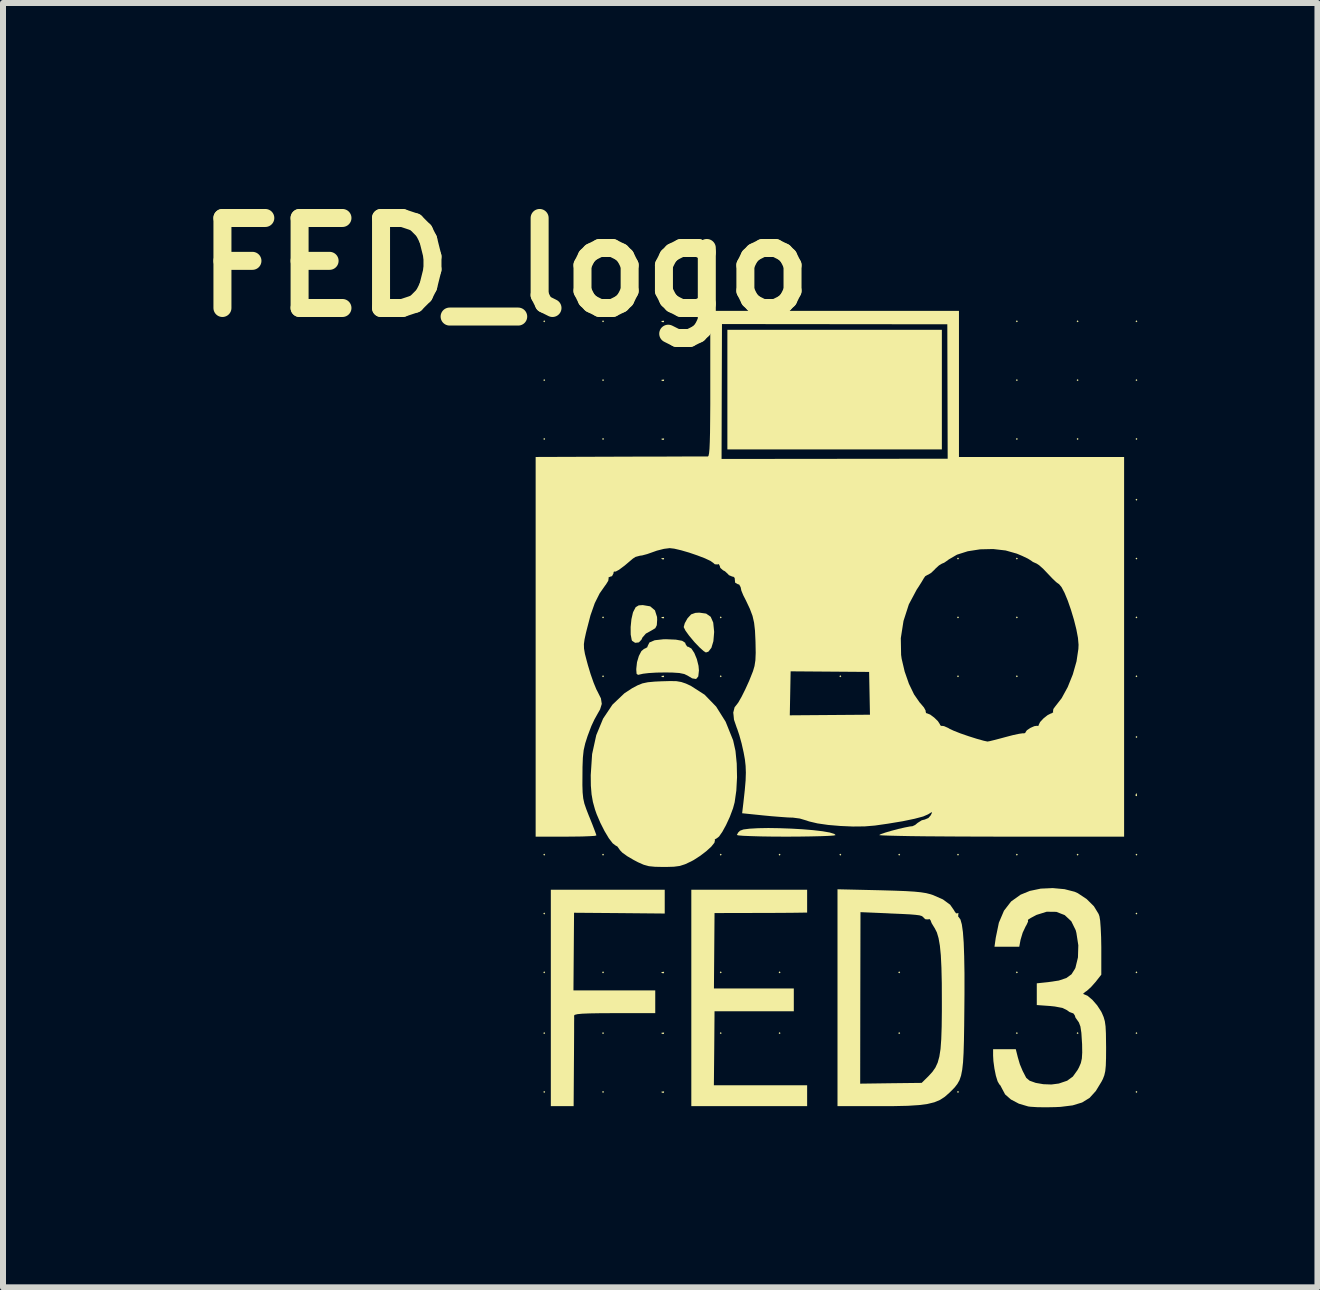
<source format=kicad_pcb>
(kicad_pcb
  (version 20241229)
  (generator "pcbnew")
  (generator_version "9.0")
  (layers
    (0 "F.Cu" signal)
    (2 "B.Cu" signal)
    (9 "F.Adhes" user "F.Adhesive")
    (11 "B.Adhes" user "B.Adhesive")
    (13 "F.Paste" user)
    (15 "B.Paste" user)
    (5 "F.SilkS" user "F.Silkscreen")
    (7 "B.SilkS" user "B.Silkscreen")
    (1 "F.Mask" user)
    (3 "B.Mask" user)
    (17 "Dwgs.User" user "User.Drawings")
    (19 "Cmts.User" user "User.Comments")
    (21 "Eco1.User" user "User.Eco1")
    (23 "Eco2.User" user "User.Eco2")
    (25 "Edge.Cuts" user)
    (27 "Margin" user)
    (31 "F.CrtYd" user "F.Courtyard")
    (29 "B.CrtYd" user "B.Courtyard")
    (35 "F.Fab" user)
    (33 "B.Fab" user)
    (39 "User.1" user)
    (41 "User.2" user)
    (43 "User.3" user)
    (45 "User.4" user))
  (footprint "FED_logo"
    (layer "F.Cu")
    (at 10.621 8.804)
    (property "Reference" "FED_logo" (at -5.25 -7.4 0) (layer "F.SilkS") (effects (font (size 1.5 1.5) (thickness 0.3))))
    (attr board_only exclude_from_pos_files exclude_from_bom)
    (fp_poly (pts (xy -4.587 -6.5) (xy -4.602 -6.484) (xy -4.618 -6.5) (xy -4.602 -6.516)) (stroke (width 0) (type solid)) (fill yes) (layer "F.SilkS"))
    (fp_poly (pts (xy -4.587 -5.52) (xy -4.602 -5.504) (xy -4.618 -5.52) (xy -4.602 -5.535)) (stroke (width 0) (type solid)) (fill yes) (layer "F.SilkS"))
    (fp_poly (pts (xy -4.587 -4.539) (xy -4.602 -4.523) (xy -4.618 -4.539) (xy -4.602 -4.555)) (stroke (width 0) (type solid)) (fill yes) (layer "F.SilkS"))
    (fp_poly (pts (xy -4.587 2.388) (xy -4.602 2.404) (xy -4.618 2.388) (xy -4.602 2.372)) (stroke (width 0) (type solid)) (fill yes) (layer "F.SilkS"))
    (fp_poly (pts (xy -4.587 3.369) (xy -4.602 3.385) (xy -4.618 3.369) (xy -4.602 3.353)) (stroke (width 0) (type solid)) (fill yes) (layer "F.SilkS"))
    (fp_poly (pts (xy -4.587 4.349) (xy -4.602 4.365) (xy -4.618 4.349) (xy -4.602 4.333)) (stroke (width 0) (type solid)) (fill yes) (layer "F.SilkS"))
    (fp_poly (pts (xy -4.587 5.362) (xy -4.602 5.377) (xy -4.618 5.362) (xy -4.602 5.346)) (stroke (width 0) (type solid)) (fill yes) (layer "F.SilkS"))
    (fp_poly (pts (xy -4.587 6.342) (xy -4.602 6.358) (xy -4.618 6.342) (xy -4.602 6.326)) (stroke (width 0) (type solid)) (fill yes) (layer "F.SilkS"))
    (fp_poly (pts (xy -3.606 -6.5) (xy -3.622 -6.484) (xy -3.638 -6.5) (xy -3.622 -6.516)) (stroke (width 0) (type solid)) (fill yes) (layer "F.SilkS"))
    (fp_poly (pts (xy -3.606 -5.52) (xy -3.622 -5.504) (xy -3.638 -5.52) (xy -3.622 -5.535)) (stroke (width 0) (type solid)) (fill yes) (layer "F.SilkS"))
    (fp_poly (pts (xy -3.606 -4.539) (xy -3.622 -4.523) (xy -3.638 -4.539) (xy -3.622 -4.555)) (stroke (width 0) (type solid)) (fill yes) (layer "F.SilkS"))
    (fp_poly (pts (xy -3.606 -1.566) (xy -3.622 -1.55) (xy -3.638 -1.566) (xy -3.622 -1.582)) (stroke (width 0) (type solid)) (fill yes) (layer "F.SilkS"))
    (fp_poly (pts (xy -3.606 -0.585) (xy -3.622 -0.569) (xy -3.638 -0.585) (xy -3.622 -0.601)) (stroke (width 0) (type solid)) (fill yes) (layer "F.SilkS"))
    (fp_poly (pts (xy -3.606 2.388) (xy -3.622 2.404) (xy -3.638 2.388) (xy -3.622 2.372)) (stroke (width 0) (type solid)) (fill yes) (layer "F.SilkS"))
    (fp_poly (pts (xy -3.606 4.349) (xy -3.622 4.365) (xy -3.638 4.349) (xy -3.622 4.333)) (stroke (width 0) (type solid)) (fill yes) (layer "F.SilkS"))
    (fp_poly (pts (xy -3.606 5.362) (xy -3.622 5.377) (xy -3.638 5.362) (xy -3.622 5.346)) (stroke (width 0) (type solid)) (fill yes) (layer "F.SilkS"))
    (fp_poly (pts (xy -3.606 6.342) (xy -3.622 6.358) (xy -3.638 6.342) (xy -3.622 6.326)) (stroke (width 0) (type solid)) (fill yes) (layer "F.SilkS"))
    (fp_poly (pts (xy -1.645 -1.566) (xy -1.661 -1.55) (xy -1.676 -1.566) (xy -1.661 -1.582)) (stroke (width 0) (type solid)) (fill yes) (layer "F.SilkS"))
    (fp_poly (pts (xy -1.645 -0.585) (xy -1.661 -0.569) (xy -1.676 -0.585) (xy -1.661 -0.601)) (stroke (width 0) (type solid)) (fill yes) (layer "F.SilkS"))
    (fp_poly (pts (xy -1.645 2.388) (xy -1.661 2.404) (xy -1.676 2.388) (xy -1.661 2.372)) (stroke (width 0) (type solid)) (fill yes) (layer "F.SilkS"))
    (fp_poly (pts (xy -1.645 4.349) (xy -1.661 4.365) (xy -1.676 4.349) (xy -1.661 4.333)) (stroke (width 0) (type solid)) (fill yes) (layer "F.SilkS"))
    (fp_poly (pts (xy -1.645 5.362) (xy -1.661 5.377) (xy -1.676 5.362) (xy -1.661 5.346)) (stroke (width 0) (type solid)) (fill yes) (layer "F.SilkS"))
    (fp_poly (pts (xy -0.664 2.388) (xy -0.68 2.404) (xy -0.696 2.388) (xy -0.68 2.372)) (stroke (width 0) (type solid)) (fill yes) (layer "F.SilkS"))
    (fp_poly (pts (xy -0.664 4.349) (xy -0.68 4.365) (xy -0.696 4.349) (xy -0.68 4.333)) (stroke (width 0) (type solid)) (fill yes) (layer "F.SilkS"))
    (fp_poly (pts (xy -0.664 5.362) (xy -0.68 5.377) (xy -0.696 5.362) (xy -0.68 5.346)) (stroke (width 0) (type solid)) (fill yes) (layer "F.SilkS"))
    (fp_poly (pts (xy 0.348 -0.585) (xy 0.332 -0.569) (xy 0.316 -0.585) (xy 0.332 -0.601)) (stroke (width 0) (type solid)) (fill yes) (layer "F.SilkS"))
    (fp_poly (pts (xy 0.348 2.388) (xy 0.332 2.404) (xy 0.316 2.388) (xy 0.332 2.372)) (stroke (width 0) (type solid)) (fill yes) (layer "F.SilkS"))
    (fp_poly (pts (xy 1.329 2.388) (xy 1.313 2.404) (xy 1.297 2.388) (xy 1.313 2.372)) (stroke (width 0) (type solid)) (fill yes) (layer "F.SilkS"))
    (fp_poly (pts (xy 1.329 4.349) (xy 1.313 4.365) (xy 1.297 4.349) (xy 1.313 4.333)) (stroke (width 0) (type solid)) (fill yes) (layer "F.SilkS"))
    (fp_poly (pts (xy 1.329 5.362) (xy 1.313 5.377) (xy 1.297 5.362) (xy 1.313 5.346)) (stroke (width 0) (type solid)) (fill yes) (layer "F.SilkS"))
    (fp_poly (pts (xy 2.309 -2.546) (xy 2.293 -2.531) (xy 2.277 -2.546) (xy 2.293 -2.562)) (stroke (width 0) (type solid)) (fill yes) (layer "F.SilkS"))
    (fp_poly (pts (xy 2.309 -1.566) (xy 2.293 -1.55) (xy 2.277 -1.566) (xy 2.293 -1.582)) (stroke (width 0) (type solid)) (fill yes) (layer "F.SilkS"))
    (fp_poly (pts (xy 2.309 -0.585) (xy 2.293 -0.569) (xy 2.277 -0.585) (xy 2.293 -0.601)) (stroke (width 0) (type solid)) (fill yes) (layer "F.SilkS"))
    (fp_poly (pts (xy 2.309 2.388) (xy 2.293 2.404) (xy 2.277 2.388) (xy 2.293 2.372)) (stroke (width 0) (type solid)) (fill yes) (layer "F.SilkS"))
    (fp_poly (pts (xy 2.309 6.342) (xy 2.293 6.358) (xy 2.277 6.342) (xy 2.293 6.326)) (stroke (width 0) (type solid)) (fill yes) (layer "F.SilkS"))
    (fp_poly (pts (xy 3.29 -6.5) (xy 3.274 -6.484) (xy 3.258 -6.5) (xy 3.274 -6.516)) (stroke (width 0) (type solid)) (fill yes) (layer "F.SilkS"))
    (fp_poly (pts (xy 3.29 -5.52) (xy 3.274 -5.504) (xy 3.258 -5.52) (xy 3.274 -5.535)) (stroke (width 0) (type solid)) (fill yes) (layer "F.SilkS"))
    (fp_poly (pts (xy 3.29 -4.539) (xy 3.274 -4.523) (xy 3.258 -4.539) (xy 3.274 -4.555)) (stroke (width 0) (type solid)) (fill yes) (layer "F.SilkS"))
    (fp_poly (pts (xy 3.29 -2.546) (xy 3.274 -2.531) (xy 3.258 -2.546) (xy 3.274 -2.562)) (stroke (width 0) (type solid)) (fill yes) (layer "F.SilkS"))
    (fp_poly (pts (xy 3.29 -1.566) (xy 3.274 -1.55) (xy 3.258 -1.566) (xy 3.274 -1.582)) (stroke (width 0) (type solid)) (fill yes) (layer "F.SilkS"))
    (fp_poly (pts (xy 3.29 -0.585) (xy 3.274 -0.569) (xy 3.258 -0.585) (xy 3.274 -0.601)) (stroke (width 0) (type solid)) (fill yes) (layer "F.SilkS"))
    (fp_poly (pts (xy 3.29 2.388) (xy 3.274 2.404) (xy 3.258 2.388) (xy 3.274 2.372)) (stroke (width 0) (type solid)) (fill yes) (layer "F.SilkS"))
    (fp_poly (pts (xy 3.29 4.349) (xy 3.274 4.365) (xy 3.258 4.349) (xy 3.274 4.333)) (stroke (width 0) (type solid)) (fill yes) (layer "F.SilkS"))
    (fp_poly (pts (xy 3.29 5.362) (xy 3.274 5.377) (xy 3.258 5.362) (xy 3.274 5.346)) (stroke (width 0) (type solid)) (fill yes) (layer "F.SilkS"))
    (fp_poly (pts (xy 4.302 -6.5) (xy 4.286 -6.484) (xy 4.27 -6.5) (xy 4.286 -6.516)) (stroke (width 0) (type solid)) (fill yes) (layer "F.SilkS"))
    (fp_poly (pts (xy 4.302 -5.52) (xy 4.286 -5.504) (xy 4.27 -5.52) (xy 4.286 -5.535)) (stroke (width 0) (type solid)) (fill yes) (layer "F.SilkS"))
    (fp_poly (pts (xy 4.302 -4.539) (xy 4.286 -4.523) (xy 4.27 -4.539) (xy 4.286 -4.555)) (stroke (width 0) (type solid)) (fill yes) (layer "F.SilkS"))
    (fp_poly (pts (xy 4.302 2.388) (xy 4.286 2.404) (xy 4.27 2.388) (xy 4.286 2.372)) (stroke (width 0) (type solid)) (fill yes) (layer "F.SilkS"))
    (fp_poly (pts (xy 4.302 5.362) (xy 4.286 5.377) (xy 4.27 5.362) (xy 4.286 5.346)) (stroke (width 0) (type solid)) (fill yes) (layer "F.SilkS"))
    (fp_poly (pts (xy 5.282 -6.5) (xy 5.267 -6.484) (xy 5.251 -6.5) (xy 5.267 -6.516)) (stroke (width 0) (type solid)) (fill yes) (layer "F.SilkS"))
    (fp_poly (pts (xy 5.282 -5.52) (xy 5.267 -5.504) (xy 5.251 -5.52) (xy 5.267 -5.535)) (stroke (width 0) (type solid)) (fill yes) (layer "F.SilkS"))
    (fp_poly (pts (xy 5.282 -4.539) (xy 5.267 -4.523) (xy 5.251 -4.539) (xy 5.267 -4.555)) (stroke (width 0) (type solid)) (fill yes) (layer "F.SilkS"))
    (fp_poly (pts (xy 5.282 -3.527) (xy 5.267 -3.511) (xy 5.251 -3.527) (xy 5.267 -3.543)) (stroke (width 0) (type solid)) (fill yes) (layer "F.SilkS"))
    (fp_poly (pts (xy 5.282 -2.546) (xy 5.267 -2.531) (xy 5.251 -2.546) (xy 5.267 -2.562)) (stroke (width 0) (type solid)) (fill yes) (layer "F.SilkS"))
    (fp_poly (pts (xy 5.282 -1.566) (xy 5.267 -1.55) (xy 5.251 -1.566) (xy 5.267 -1.582)) (stroke (width 0) (type solid)) (fill yes) (layer "F.SilkS"))
    (fp_poly (pts (xy 5.282 -0.585) (xy 5.267 -0.569) (xy 5.251 -0.585) (xy 5.267 -0.601)) (stroke (width 0) (type solid)) (fill yes) (layer "F.SilkS"))
    (fp_poly (pts (xy 5.282 0.427) (xy 5.267 0.443) (xy 5.251 0.427) (xy 5.267 0.411)) (stroke (width 0) (type solid)) (fill yes) (layer "F.SilkS"))
    (fp_poly (pts (xy 5.282 2.388) (xy 5.267 2.404) (xy 5.251 2.388) (xy 5.267 2.372)) (stroke (width 0) (type solid)) (fill yes) (layer "F.SilkS"))
    (fp_poly (pts (xy 5.282 3.369) (xy 5.267 3.385) (xy 5.251 3.369) (xy 5.267 3.353)) (stroke (width 0) (type solid)) (fill yes) (layer "F.SilkS"))
    (fp_poly (pts (xy 5.282 4.349) (xy 5.267 4.365) (xy 5.251 4.349) (xy 5.267 4.333)) (stroke (width 0) (type solid)) (fill yes) (layer "F.SilkS"))
    (fp_poly (pts (xy 5.282 5.362) (xy 5.267 5.377) (xy 5.251 5.362) (xy 5.267 5.346)) (stroke (width 0) (type solid)) (fill yes) (layer "F.SilkS"))
    (fp_poly (pts (xy 5.282 6.342) (xy 5.267 6.358) (xy 5.251 6.342) (xy 5.267 6.326)) (stroke (width 0) (type solid)) (fill yes) (layer "F.SilkS"))
    (fp_poly (pts (xy -2.604 -6.506) (xy -2.609 -6.487) (xy -2.625 -6.484) (xy -2.651 -6.496) (xy -2.646 -6.506) (xy -2.609 -6.509)) (stroke (width 0) (type solid)) (fill yes) (layer "F.SilkS"))
    (fp_poly (pts (xy -2.604 -5.525) (xy -2.609 -5.506) (xy -2.625 -5.504) (xy -2.651 -5.515) (xy -2.646 -5.525) (xy -2.609 -5.529)) (stroke (width 0) (type solid)) (fill yes) (layer "F.SilkS"))
    (fp_poly (pts (xy -2.604 -4.544) (xy -2.609 -4.526) (xy -2.625 -4.523) (xy -2.651 -4.535) (xy -2.646 -4.544) (xy -2.609 -4.548)) (stroke (width 0) (type solid)) (fill yes) (layer "F.SilkS"))
    (fp_poly (pts (xy -2.604 -2.552) (xy -2.609 -2.533) (xy -2.625 -2.531) (xy -2.651 -2.542) (xy -2.646 -2.552) (xy -2.609 -2.555)) (stroke (width 0) (type solid)) (fill yes) (layer "F.SilkS"))
    (fp_poly (pts (xy -2.604 -1.571) (xy -2.609 -1.552) (xy -2.625 -1.55) (xy -2.651 -1.562) (xy -2.646 -1.571) (xy -2.609 -1.575)) (stroke (width 0) (type solid)) (fill yes) (layer "F.SilkS"))
    (fp_poly (pts (xy -2.604 -0.59) (xy -2.609 -0.572) (xy -2.625 -0.569) (xy -2.651 -0.581) (xy -2.646 -0.59) (xy -2.609 -0.594)) (stroke (width 0) (type solid)) (fill yes) (layer "F.SilkS"))
    (fp_poly (pts (xy -2.604 4.344) (xy -2.609 4.363) (xy -2.625 4.365) (xy -2.651 4.354) (xy -2.646 4.344) (xy -2.609 4.34)) (stroke (width 0) (type solid)) (fill yes) (layer "F.SilkS"))
    (fp_poly (pts (xy -2.604 5.356) (xy -2.609 5.375) (xy -2.625 5.377) (xy -2.651 5.366) (xy -2.646 5.356) (xy -2.609 5.352)) (stroke (width 0) (type solid)) (fill yes) (layer "F.SilkS"))
    (fp_poly (pts (xy -2.604 6.337) (xy -2.609 6.356) (xy -2.625 6.358) (xy -2.651 6.346) (xy -2.646 6.337) (xy -2.609 6.333)) (stroke (width 0) (type solid)) (fill yes) (layer "F.SilkS"))
    (fp_poly (pts (xy 5.272 1.371) (xy 5.276 1.408) (xy 5.272 1.413) (xy 5.253 1.409) (xy 5.251 1.392) (xy 5.262 1.366)) (stroke (width 0) (type solid)) (fill yes) (layer "F.SilkS"))
    (fp_poly (pts (xy 2.024 -5.362) (xy 2.024 -4.365) (xy 0.237 -4.365) (xy -1.55 -4.365) (xy -1.55 -5.362) (xy -1.55 -6.358) (xy 0.237 -6.358) (xy 2.024 -6.358)) (stroke (width 0) (type solid)) (fill yes) (layer "F.SilkS"))
    (fp_poly (pts (xy -2.836 -1.75) (xy -2.757 -1.683) (xy -2.722 -1.572) (xy -2.72 -1.526) (xy -2.726 -1.436) (xy -2.751 -1.386) (xy -2.807 -1.352) (xy -2.807 -1.352) (xy -2.908 -1.296) (xy -2.965 -1.231) (xy -2.982 -1.194) (xy -3.025 -1.149) (xy -3.087 -1.142) (xy -3.137 -1.175) (xy -3.144 -1.189) (xy -3.161 -1.28) (xy -3.162 -1.405) (xy -3.149 -1.535) (xy -3.124 -1.645) (xy -3.117 -1.662) (xy -3.078 -1.736) (xy -3.028 -1.766) (xy -2.96 -1.771)) (stroke (width 0) (type solid)) (fill yes) (layer "F.SilkS"))
    (fp_poly (pts (xy -1.904 -1.629) (xy -1.828 -1.576) (xy -1.786 -1.48) (xy -1.771 -1.332) (xy -1.771 -1.315) (xy -1.783 -1.17) (xy -1.816 -1.06) (xy -1.866 -0.995) (xy -1.908 -0.981) (xy -1.945 -1.004) (xy -2.011 -1.063) (xy -2.092 -1.147) (xy -2.111 -1.169) (xy -2.19 -1.264) (xy -2.249 -1.346) (xy -2.277 -1.402) (xy -2.277 -1.408) (xy -2.26 -1.469) (xy -2.217 -1.546) (xy -2.212 -1.553) (xy -2.154 -1.616) (xy -2.083 -1.641) (xy -2.018 -1.645)) (stroke (width 0) (type solid)) (fill yes) (layer "F.SilkS"))
    (fp_poly (pts (xy -0.68 1.947) (xy -0.486 1.954) (xy -0.295 1.965) (xy -0.117 1.98) (xy 0.036 1.998) (xy 0.156 2.019) (xy 0.231 2.042) (xy 0.253 2.062) (xy 0.223 2.069) (xy 0.138 2.075) (xy 0.006 2.08) (xy -0.164 2.084) (xy -0.365 2.087) (xy -0.569 2.088) (xy -0.79 2.087) (xy -0.988 2.084) (xy -1.156 2.079) (xy -1.284 2.074) (xy -1.366 2.067) (xy -1.392 2.06) (xy -1.37 2.019) (xy -1.339 1.989) (xy -1.283 1.968) (xy -1.179 1.955) (xy -1.037 1.947) (xy -0.867 1.944)) (stroke (width 0) (type solid)) (fill yes) (layer "F.SilkS"))
    (fp_poly (pts (xy -0.221 3.163) (xy -0.221 3.353) (xy -0.419 3.356) (xy -0.517 3.357) (xy -0.663 3.358) (xy -0.842 3.359) (xy -1.039 3.359) (xy -1.191 3.36) (xy -1.764 3.361) (xy -1.769 3.989) (xy -1.774 4.618) (xy -1.109 4.618) (xy -0.443 4.618) (xy -0.443 4.808) (xy -0.443 4.998) (xy -1.103 4.998) (xy -1.764 4.998) (xy -1.769 5.615) (xy -1.775 6.231) (xy -0.998 6.231) (xy -0.221 6.231) (xy -0.221 6.405) (xy -0.221 6.579) (xy -1.186 6.579) (xy -2.151 6.579) (xy -2.151 4.776) (xy -2.151 2.973) (xy -1.186 2.973) (xy -0.221 2.973)) (stroke (width 0) (type solid)) (fill yes) (layer "F.SilkS"))
    (fp_poly (pts (xy -2.594 3.171) (xy -2.594 3.369) (xy -3.349 3.362) (xy -4.105 3.356) (xy -4.11 4.003) (xy -4.115 4.65) (xy -3.434 4.65) (xy -2.752 4.65) (xy -2.752 4.84) (xy -2.752 5.029) (xy -3.428 5.029) (xy -3.663 5.03) (xy -3.841 5.033) (xy -3.968 5.038) (xy -4.049 5.046) (xy -4.093 5.057) (xy -4.104 5.069) (xy -4.103 5.111) (xy -4.104 5.206) (xy -4.104 5.346) (xy -4.105 5.521) (xy -4.106 5.722) (xy -4.107 5.844) (xy -4.112 6.579) (xy -4.302 6.579) (xy -4.492 6.579) (xy -4.492 4.776) (xy -4.492 2.973) (xy -3.543 2.973) (xy -2.594 2.973)) (stroke (width 0) (type solid)) (fill yes) (layer "F.SilkS"))
    (fp_poly (pts (xy -2.409 -1.195) (xy -2.304 -1.176) (xy -2.253 -1.143) (xy -2.246 -1.119) (xy -2.22 -1.08) (xy -2.199 -1.075) (xy -2.15 -1.047) (xy -2.101 -0.973) (xy -2.059 -0.871) (xy -2.031 -0.759) (xy -2.024 -0.681) (xy -2.035 -0.582) (xy -2.071 -0.539) (xy -2.137 -0.55) (xy -2.212 -0.595) (xy -2.268 -0.622) (xy -2.35 -0.639) (xy -2.471 -0.647) (xy -2.592 -0.648) (xy -2.734 -0.646) (xy -2.862 -0.638) (xy -2.955 -0.627) (xy -2.981 -0.621) (xy -3.039 -0.608) (xy -3.063 -0.626) (xy -3.068 -0.69) (xy -3.068 -0.709) (xy -3.056 -0.819) (xy -3.025 -0.923) (xy -2.983 -1.004) (xy -2.937 -1.043) (xy -2.928 -1.044) (xy -2.885 -1.068) (xy -2.878 -1.09) (xy -2.849 -1.148) (xy -2.761 -1.185) (xy -2.618 -1.201) (xy -2.572 -1.202)) (stroke (width 0) (type solid)) (fill yes) (layer "F.SilkS"))
    (fp_poly (pts (xy -2.398 -0.503) (xy -2.318 -0.489) (xy -2.241 -0.463) (xy -2.159 -0.425) (xy -1.93 -0.278) (xy -1.737 -0.079) (xy -1.579 0.173) (xy -1.457 0.476) (xy -1.454 0.484) (xy -1.415 0.659) (xy -1.394 0.871) (xy -1.389 1.099) (xy -1.401 1.321) (xy -1.429 1.516) (xy -1.456 1.616) (xy -1.51 1.76) (xy -1.572 1.894) (xy -1.634 2.007) (xy -1.689 2.086) (xy -1.731 2.119) (xy -1.734 2.119) (xy -1.761 2.135) (xy -1.757 2.148) (xy -1.766 2.189) (xy -1.817 2.253) (xy -1.9 2.329) (xy -2.002 2.407) (xy -2.112 2.478) (xy -2.155 2.501) (xy -2.256 2.548) (xy -2.343 2.576) (xy -2.441 2.589) (xy -2.574 2.593) (xy -2.617 2.593) (xy -2.757 2.59) (xy -2.858 2.58) (xy -2.945 2.556) (xy -3.04 2.514) (xy -3.112 2.476) (xy -3.218 2.414) (xy -3.3 2.355) (xy -3.342 2.311) (xy -3.345 2.305) (xy -3.384 2.251) (xy -3.411 2.237) (xy -3.461 2.199) (xy -3.526 2.114) (xy -3.597 1.995) (xy -3.667 1.857) (xy -3.729 1.712) (xy -3.756 1.635) (xy -3.791 1.509) (xy -3.813 1.384) (xy -3.825 1.238) (xy -3.827 1.063) (xy -3.804 0.712) (xy -3.735 0.397) (xy -3.621 0.121) (xy -3.465 -0.112) (xy -3.266 -0.301) (xy -3.138 -0.385) (xy -3.046 -0.434) (xy -2.966 -0.466) (xy -2.876 -0.485) (xy -2.758 -0.496) (xy -2.649 -0.501) (xy -2.502 -0.505)) (stroke (width 0) (type solid)) (fill yes) (layer "F.SilkS"))
    (fp_poly (pts (xy 0.988 2.981) (xy 1.23 2.988) (xy 1.418 2.995) (xy 1.563 3.004) (xy 1.674 3.015) (xy 1.762 3.029) (xy 1.837 3.048) (xy 1.876 3.061) (xy 2.042 3.134) (xy 2.162 3.222) (xy 2.229 3.318) (xy 2.232 3.327) (xy 2.261 3.366) (xy 2.285 3.364) (xy 2.304 3.363) (xy 2.298 3.377) (xy 2.296 3.42) (xy 2.306 3.43) (xy 2.334 3.469) (xy 2.357 3.551) (xy 2.375 3.678) (xy 2.388 3.854) (xy 2.396 4.081) (xy 2.401 4.364) (xy 2.401 4.705) (xy 2.399 4.934) (xy 2.396 5.24) (xy 2.392 5.49) (xy 2.386 5.691) (xy 2.377 5.849) (xy 2.363 5.973) (xy 2.344 6.07) (xy 2.318 6.146) (xy 2.283 6.208) (xy 2.24 6.264) (xy 2.185 6.321) (xy 2.147 6.358) (xy 2.073 6.423) (xy 1.993 6.475) (xy 1.9 6.514) (xy 1.786 6.542) (xy 1.642 6.561) (xy 1.458 6.573) (xy 1.228 6.578) (xy 0.986 6.579) (xy 0.285 6.579) (xy 0.285 6.204) (xy 0.663 6.204) (xy 1.175 6.197) (xy 1.688 6.191) (xy 1.806 6.074) (xy 1.867 6.007) (xy 1.916 5.937) (xy 1.954 5.855) (xy 1.982 5.754) (xy 2.002 5.626) (xy 2.014 5.462) (xy 2.021 5.256) (xy 2.024 4.998) (xy 2.024 4.84) (xy 2.023 4.527) (xy 2.017 4.272) (xy 2.007 4.066) (xy 1.991 3.904) (xy 1.969 3.779) (xy 1.941 3.684) (xy 1.905 3.613) (xy 1.896 3.599) (xy 1.854 3.53) (xy 1.835 3.481) (xy 1.835 3.479) (xy 1.815 3.46) (xy 1.798 3.467) (xy 1.751 3.465) (xy 1.727 3.445) (xy 1.71 3.425) (xy 1.687 3.41) (xy 1.65 3.399) (xy 1.588 3.391) (xy 1.494 3.383) (xy 1.357 3.376) (xy 1.167 3.368) (xy 1.117 3.365) (xy 0.668 3.346) (xy 0.665 4.775) (xy 0.663 6.204) (xy 0.285 6.204) (xy 0.285 4.772) (xy 0.285 2.965)) (stroke (width 0) (type solid)) (fill yes) (layer "F.SilkS"))
    (fp_poly (pts (xy 4.068 2.963) (xy 4.236 3.006) (xy 4.288 3.029) (xy 4.436 3.127) (xy 4.558 3.248) (xy 4.636 3.376) (xy 4.65 3.415) (xy 4.662 3.488) (xy 4.671 3.609) (xy 4.678 3.762) (xy 4.681 3.93) (xy 4.681 3.957) (xy 4.681 4.388) (xy 4.584 4.511) (xy 4.512 4.592) (xy 4.442 4.656) (xy 4.418 4.672) (xy 4.38 4.701) (xy 4.386 4.712) (xy 4.451 4.739) (xy 4.531 4.806) (xy 4.612 4.899) (xy 4.679 5.002) (xy 4.691 5.026) (xy 4.72 5.094) (xy 4.74 5.164) (xy 4.752 5.25) (xy 4.758 5.367) (xy 4.76 5.528) (xy 4.761 5.599) (xy 4.76 5.776) (xy 4.756 5.903) (xy 4.747 5.995) (xy 4.731 6.065) (xy 4.707 6.127) (xy 4.686 6.168) (xy 4.59 6.326) (xy 4.486 6.441) (xy 4.361 6.518) (xy 4.203 6.566) (xy 4.001 6.591) (xy 3.912 6.595) (xy 3.76 6.598) (xy 3.617 6.596) (xy 3.504 6.589) (xy 3.464 6.584) (xy 3.308 6.538) (xy 3.175 6.468) (xy 3.078 6.383) (xy 3.031 6.295) (xy 2.998 6.232) (xy 2.982 6.216) (xy 2.953 6.165) (xy 2.924 6.071) (xy 2.9 5.952) (xy 2.883 5.828) (xy 2.878 5.737) (xy 2.878 5.63) (xy 3.067 5.63) (xy 3.256 5.63) (xy 3.29 5.765) (xy 3.324 5.881) (xy 3.37 5.991) (xy 3.43 6.107) (xy 3.487 6.155) (xy 3.588 6.191) (xy 3.715 6.213) (xy 3.849 6.218) (xy 3.973 6.202) (xy 3.976 6.201) (xy 4.112 6.155) (xy 4.207 6.086) (xy 4.285 5.977) (xy 4.309 5.933) (xy 4.34 5.861) (xy 4.357 5.785) (xy 4.363 5.686) (xy 4.361 5.545) (xy 4.359 5.516) (xy 4.349 5.358) (xy 4.333 5.252) (xy 4.308 5.185) (xy 4.293 5.163) (xy 4.251 5.104) (xy 4.239 5.066) (xy 4.214 5.032) (xy 4.202 5.029) (xy 4.151 5.01) (xy 4.107 4.978) (xy 4.033 4.942) (xy 3.905 4.918) (xy 3.828 4.91) (xy 3.606 4.894) (xy 3.606 4.713) (xy 3.606 4.532) (xy 3.796 4.512) (xy 3.972 4.486) (xy 4.098 4.444) (xy 4.184 4.382) (xy 4.241 4.292) (xy 4.25 4.273) (xy 4.292 4.1) (xy 4.298 3.898) (xy 4.266 3.692) (xy 4.254 3.646) (xy 4.181 3.498) (xy 4.071 3.395) (xy 3.931 3.341) (xy 3.771 3.339) (xy 3.601 3.392) (xy 3.59 3.398) (xy 3.509 3.441) (xy 3.463 3.47) (xy 3.458 3.478) (xy 3.461 3.502) (xy 3.434 3.561) (xy 3.421 3.582) (xy 3.371 3.688) (xy 3.337 3.801) (xy 3.336 3.804) (xy 3.314 3.922) (xy 3.108 3.922) (xy 2.901 3.922) (xy 2.922 3.774) (xy 2.974 3.522) (xy 3.059 3.322) (xy 3.178 3.168) (xy 3.336 3.055) (xy 3.49 2.992) (xy 3.672 2.954) (xy 3.872 2.945)) (stroke (width 0) (type solid)) (fill yes) (layer "F.SilkS"))
    (fp_poly (pts (xy 2.309 -5.456) (xy 2.309 -4.239) (xy 3.685 -4.239) (xy 5.061 -4.239) (xy 5.061 -1.075) (xy 5.061 2.088) (xy 3.021 2.088) (xy 2.668 2.087) (xy 2.334 2.086) (xy 2.026 2.084) (xy 1.746 2.082) (xy 1.503 2.079) (xy 1.299 2.075) (xy 1.141 2.071) (xy 1.035 2.067) (xy 0.984 2.063) (xy 0.981 2.061) (xy 1.009 2.045) (xy 1.082 2.02) (xy 1.184 1.99) (xy 1.297 1.96) (xy 1.406 1.935) (xy 1.493 1.918) (xy 1.534 1.914) (xy 1.579 1.893) (xy 1.621 1.858) (xy 1.689 1.815) (xy 1.739 1.803) (xy 1.8 1.777) (xy 1.838 1.733) (xy 1.861 1.686) (xy 1.85 1.682) (xy 1.795 1.716) (xy 1.712 1.752) (xy 1.569 1.79) (xy 1.372 1.831) (xy 1.124 1.872) (xy 0.908 1.903) (xy 0.739 1.917) (xy 0.541 1.919) (xy 0.333 1.91) (xy 0.131 1.893) (xy -0.049 1.867) (xy -0.189 1.834) (xy -0.232 1.819) (xy -0.343 1.786) (xy -0.457 1.771) (xy -0.464 1.771) (xy -0.543 1.768) (xy -0.667 1.759) (xy -0.817 1.747) (xy -0.943 1.735) (xy -1.304 1.698) (xy -1.283 1.521) (xy -1.26 1.312) (xy -1.246 1.15) (xy -1.242 1.021) (xy -1.246 0.91) (xy -1.258 0.801) (xy -1.28 0.68) (xy -1.281 0.677) (xy -1.313 0.534) (xy -1.351 0.397) (xy -1.386 0.292) (xy -1.394 0.273) (xy -1.44 0.139) (xy -1.447 0.066) (xy -0.51 0.066) (xy 0.158 0.061) (xy 0.826 0.056) (xy 0.819 -0.301) (xy 0.812 -0.657) (xy 0.158 -0.662) (xy -0.496 -0.667) (xy -0.503 -0.3) (xy -0.51 0.066) (xy -1.447 0.066) (xy -1.452 0.02) (xy -1.43 -0.068) (xy -1.409 -0.094) (xy -1.369 -0.146) (xy -1.314 -0.242) (xy -1.251 -0.368) (xy -1.187 -0.509) (xy -1.13 -0.652) (xy -1.123 -0.67) (xy -1.098 -0.755) (xy -1.083 -0.852) (xy -1.078 -0.976) (xy -1.081 -1.144) (xy -1.082 -1.176) (xy -1.084 -1.22) (xy 1.34 -1.22) (xy 1.345 -0.941) (xy 1.354 -0.877) (xy 1.404 -0.664) (xy 1.475 -0.46) (xy 1.561 -0.282) (xy 1.654 -0.148) (xy 1.669 -0.132) (xy 1.726 -0.064) (xy 1.754 -0.012) (xy 1.754 0.003) (xy 1.761 0.029) (xy 1.777 0.033) (xy 1.83 0.054) (xy 1.897 0.104) (xy 1.958 0.163) (xy 1.991 0.214) (xy 1.993 0.222) (xy 2.01 0.244) (xy 2.019 0.241) (xy 2.06 0.246) (xy 2.13 0.277) (xy 2.153 0.291) (xy 2.224 0.324) (xy 2.336 0.368) (xy 2.469 0.414) (xy 2.605 0.457) (xy 2.723 0.49) (xy 2.784 0.503) (xy 2.819 0.497) (xy 2.901 0.477) (xy 3.016 0.447) (xy 3.082 0.429) (xy 3.208 0.396) (xy 3.311 0.374) (xy 3.376 0.365) (xy 3.39 0.367) (xy 3.415 0.36) (xy 3.416 0.351) (xy 3.441 0.315) (xy 3.499 0.276) (xy 3.564 0.247) (xy 3.612 0.24) (xy 3.618 0.244) (xy 3.636 0.239) (xy 3.638 0.225) (xy 3.661 0.178) (xy 3.718 0.117) (xy 3.786 0.063) (xy 3.844 0.034) (xy 3.853 0.033) (xy 3.88 0.015) (xy 3.876 0.003) (xy 3.882 -0.039) (xy 3.911 -0.079) (xy 4.02 -0.219) (xy 4.121 -0.404) (xy 4.206 -0.615) (xy 4.268 -0.833) (xy 4.299 -1.04) (xy 4.302 -1.11) (xy 4.292 -1.225) (xy 4.265 -1.368) (xy 4.225 -1.527) (xy 4.176 -1.69) (xy 4.123 -1.843) (xy 4.069 -1.974) (xy 4.018 -2.071) (xy 3.975 -2.122) (xy 3.967 -2.126) (xy 3.93 -2.153) (xy 3.866 -2.214) (xy 3.791 -2.293) (xy 3.712 -2.376) (xy 3.644 -2.436) (xy 3.604 -2.462) (xy 3.541 -2.49) (xy 3.511 -2.512) (xy 3.458 -2.545) (xy 3.366 -2.589) (xy 3.274 -2.628) (xy 3.087 -2.681) (xy 2.878 -2.705) (xy 2.662 -2.7) (xy 2.456 -2.668) (xy 2.276 -2.611) (xy 2.137 -2.53) (xy 2.123 -2.518) (xy 2.061 -2.476) (xy 2.026 -2.462) (xy 1.976 -2.432) (xy 1.913 -2.374) (xy 1.905 -2.364) (xy 1.845 -2.307) (xy 1.797 -2.278) (xy 1.792 -2.277) (xy 1.748 -2.253) (xy 1.724 -2.219) (xy 1.688 -2.158) (xy 1.633 -2.071) (xy 1.605 -2.029) (xy 1.474 -1.783) (xy 1.385 -1.507) (xy 1.34 -1.22) (xy -1.084 -1.22) (xy -1.09 -1.346) (xy -1.105 -1.478) (xy -1.131 -1.591) (xy -1.175 -1.708) (xy -1.241 -1.848) (xy -1.285 -1.934) (xy -1.317 -2.012) (xy -1.329 -2.069) (xy -1.353 -2.113) (xy -1.376 -2.119) (xy -1.421 -2.145) (xy -1.428 -2.217) (xy -1.427 -2.222) (xy -1.449 -2.243) (xy -1.469 -2.246) (xy -1.525 -2.27) (xy -1.54 -2.288) (xy -1.591 -2.335) (xy -1.621 -2.35) (xy -1.668 -2.391) (xy -1.676 -2.421) (xy -1.693 -2.454) (xy -1.713 -2.448) (xy -1.759 -2.451) (xy -1.784 -2.473) (xy -1.832 -2.507) (xy -1.926 -2.551) (xy -2.049 -2.598) (xy -2.186 -2.645) (xy -2.32 -2.684) (xy -2.435 -2.711) (xy -2.511 -2.72) (xy -2.607 -2.708) (xy -2.725 -2.678) (xy -2.784 -2.657) (xy -2.886 -2.621) (xy -2.972 -2.598) (xy -3.006 -2.594) (xy -3.08 -2.574) (xy -3.124 -2.546) (xy -3.261 -2.43) (xy -3.356 -2.359) (xy -3.412 -2.329) (xy -3.427 -2.331) (xy -3.445 -2.324) (xy -3.448 -2.299) (xy -3.472 -2.253) (xy -3.497 -2.246) (xy -3.531 -2.232) (xy -3.529 -2.217) (xy -3.535 -2.176) (xy -3.574 -2.113) (xy -3.586 -2.098) (xy -3.679 -1.965) (xy -3.76 -1.803) (xy -3.831 -1.601) (xy -3.897 -1.347) (xy -3.907 -1.306) (xy -3.93 -1.201) (xy -3.941 -1.121) (xy -3.939 -1.047) (xy -3.924 -0.959) (xy -3.893 -0.839) (xy -3.874 -0.769) (xy -3.829 -0.62) (xy -3.78 -0.48) (xy -3.734 -0.368) (xy -3.714 -0.33) (xy -3.657 -0.216) (xy -3.643 -0.124) (xy -3.671 -0.033) (xy -3.708 0.032) (xy -3.766 0.136) (xy -3.816 0.243) (xy -3.82 0.253) (xy -3.879 0.409) (xy -3.919 0.534) (xy -3.945 0.648) (xy -3.958 0.772) (xy -3.964 0.925) (xy -3.965 1.06) (xy -3.966 1.23) (xy -3.962 1.354) (xy -3.952 1.451) (xy -3.933 1.537) (xy -3.901 1.63) (xy -3.855 1.748) (xy -3.85 1.759) (xy -3.8 1.884) (xy -3.761 1.986) (xy -3.737 2.051) (xy -3.733 2.068) (xy -3.762 2.075) (xy -3.845 2.08) (xy -3.97 2.085) (xy -4.126 2.087) (xy -4.239 2.088) (xy -4.745 2.088) (xy -4.745 -1.075) (xy -4.745 -4.206) (xy -1.647 -4.206) (xy 0.237 -4.208) (xy 2.121 -4.21) (xy 2.118 -5.33) (xy 2.115 -6.45) (xy 0.237 -6.452) (xy -1.64 -6.454) (xy -1.644 -5.33) (xy -1.647 -4.206) (xy -4.745 -4.206) (xy -4.745 -4.239) (xy -3.329 -4.244) (xy -3.035 -4.245) (xy -2.76 -4.245) (xy -2.51 -4.246) (xy -2.292 -4.247) (xy -2.114 -4.247) (xy -1.98 -4.247) (xy -1.898 -4.247) (xy -1.874 -4.247) (xy -1.864 -4.26) (xy -1.855 -4.301) (xy -1.848 -4.377) (xy -1.843 -4.491) (xy -1.839 -4.649) (xy -1.837 -4.855) (xy -1.835 -5.114) (xy -1.835 -5.432) (xy -1.835 -5.46) (xy -1.835 -6.674) (xy 0.237 -6.674) (xy 2.309 -6.674)) (stroke (width 0) (type solid)) (fill yes) (layer "F.SilkS")))
  (gr_rect
    (start -3 -3)
    (end 18.904 18.402)
    (stroke (width 0.1) (type default))
    (fill no)
    (layer "Edge.Cuts")))
</source>
